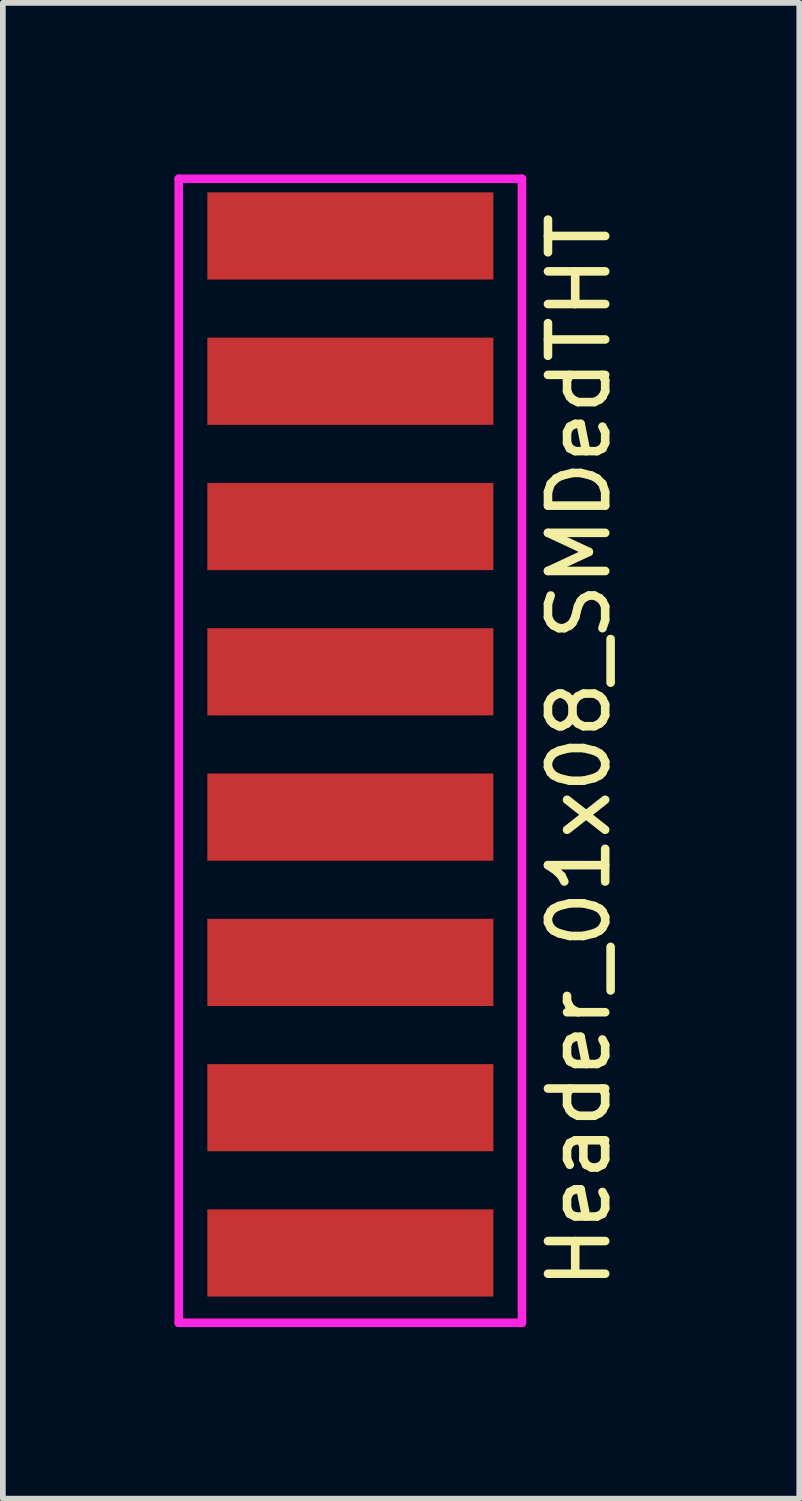
<source format=kicad_pcb>
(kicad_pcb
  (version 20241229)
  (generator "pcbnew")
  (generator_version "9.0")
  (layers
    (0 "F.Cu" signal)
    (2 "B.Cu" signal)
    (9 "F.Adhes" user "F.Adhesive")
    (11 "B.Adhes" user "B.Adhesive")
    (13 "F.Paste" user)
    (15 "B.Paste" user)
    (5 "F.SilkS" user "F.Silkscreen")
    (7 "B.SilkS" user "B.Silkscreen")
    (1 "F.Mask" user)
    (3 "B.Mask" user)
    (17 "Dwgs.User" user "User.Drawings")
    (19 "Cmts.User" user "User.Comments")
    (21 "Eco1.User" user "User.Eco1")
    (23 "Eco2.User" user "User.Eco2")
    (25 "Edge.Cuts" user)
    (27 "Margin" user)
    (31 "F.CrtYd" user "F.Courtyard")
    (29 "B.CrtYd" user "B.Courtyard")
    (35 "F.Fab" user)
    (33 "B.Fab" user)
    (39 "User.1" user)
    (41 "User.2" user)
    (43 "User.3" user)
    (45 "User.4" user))
  (footprint "Header_01x08_SMDedTHT"
    (layer "F.Cu")
    (at 3.075 1.075)
    (property "Reference" "Header_01x08_SMDedTHT" (at 4 9 90) (layer "F.SilkS") (effects (font (size 1 1) (thickness 0.15))))
    (attr through_hole)
    (fp_line (start -3 -1) (end 3 -1) (stroke (width 0.15) (type solid)) (layer "F.CrtYd"))
    (fp_line (start -3 19) (end -3 -1) (stroke (width 0.15) (type solid)) (layer "F.CrtYd"))
    (fp_line (start 3 -1) (end 3 19) (stroke (width 0.15) (type solid)) (layer "F.CrtYd"))
    (fp_line (start 3 19) (end -3 19) (stroke (width 0.15) (type solid)) (layer "F.CrtYd"))
    (pad "1" smd rect (at 0 0) (size 5 1.524) (layers "F.Cu" "F.Mask" "F.Paste"))
    (pad "2" smd rect (at 0 2.54) (size 5 1.524) (layers "F.Cu" "F.Mask" "F.Paste"))
    (pad "3" smd rect (at 0 5.08) (size 5 1.524) (layers "F.Cu" "F.Mask" "F.Paste"))
    (pad "4" smd rect (at 0 7.62) (size 5 1.524) (layers "F.Cu" "F.Mask" "F.Paste"))
    (pad "5" smd rect (at 0 10.16) (size 5 1.524) (layers "F.Cu" "F.Mask" "F.Paste"))
    (pad "6" smd rect (at 0 12.7) (size 5 1.524) (layers "F.Cu" "F.Mask" "F.Paste"))
    (pad "7" smd rect (at 0 15.24) (size 5 1.524) (layers "F.Cu" "F.Mask" "F.Paste"))
    (pad "8" smd rect (at 0 17.78) (size 5 1.524) (layers "F.Cu" "F.Mask" "F.Paste")))
  (gr_rect
    (start -3 -3)
    (end 10.923 23.15)
    (stroke (width 0.1) (type default))
    (fill no)
    (layer "Edge.Cuts")))
</source>
